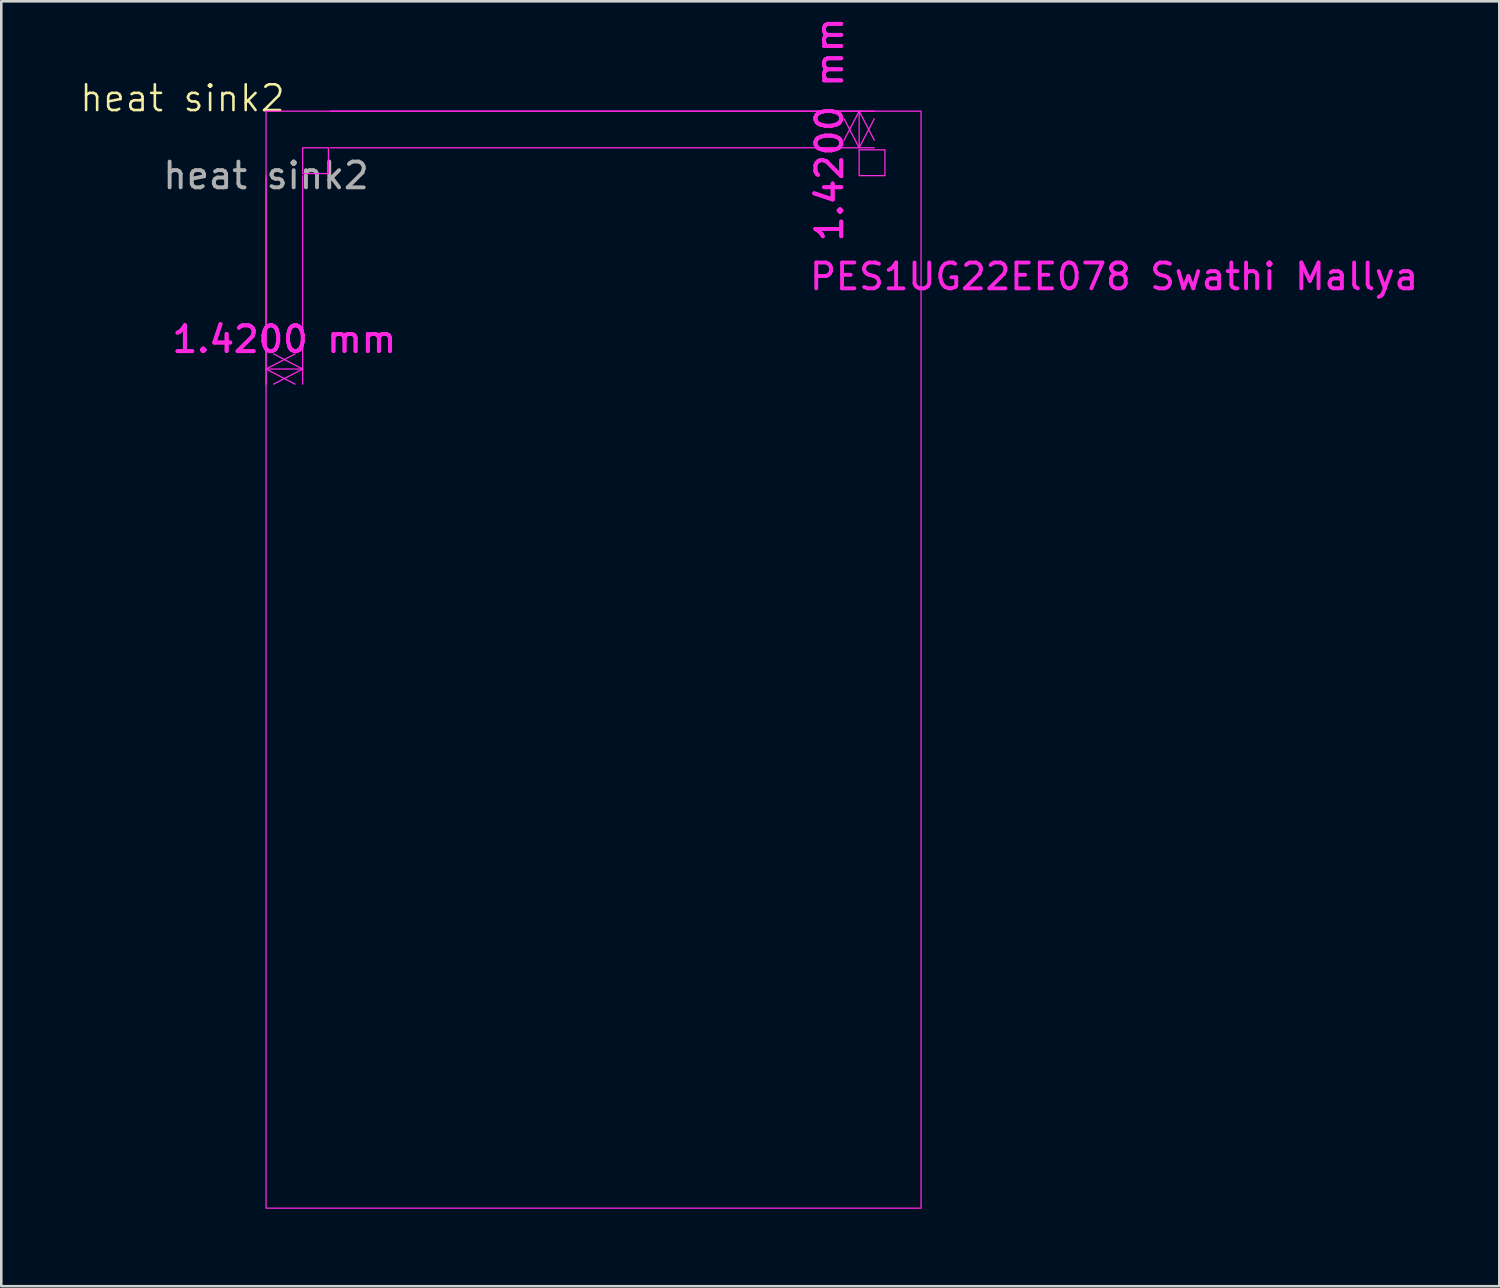
<source format=kicad_pcb>
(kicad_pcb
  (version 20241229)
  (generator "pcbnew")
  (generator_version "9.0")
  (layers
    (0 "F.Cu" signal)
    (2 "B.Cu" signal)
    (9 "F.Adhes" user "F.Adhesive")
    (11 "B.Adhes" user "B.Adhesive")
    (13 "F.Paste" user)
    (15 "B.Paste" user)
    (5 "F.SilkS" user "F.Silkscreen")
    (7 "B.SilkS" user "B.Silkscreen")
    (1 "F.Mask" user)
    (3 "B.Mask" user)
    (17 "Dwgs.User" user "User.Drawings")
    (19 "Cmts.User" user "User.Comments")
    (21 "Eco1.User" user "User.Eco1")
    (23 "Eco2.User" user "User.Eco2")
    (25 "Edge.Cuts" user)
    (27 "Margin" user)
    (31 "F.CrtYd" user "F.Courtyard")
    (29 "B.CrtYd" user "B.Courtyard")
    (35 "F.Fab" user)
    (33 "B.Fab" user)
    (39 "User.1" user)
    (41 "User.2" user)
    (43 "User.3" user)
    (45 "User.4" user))
  (footprint "heat sink2"
    (layer "F.Cu")
    (at 7.266 1.26)
    (property "Reference" "heat sink2" (at -3.24 -0.5 0) (unlocked yes) (layer "F.SilkS") (effects (font (size 1 1) (thickness 0.1))))
    (attr smd)
    (fp_rect (start 0 0) (end 25.4 42.54) (stroke (width 0.05) (type default)) (fill no) (layer "F.CrtYd"))
    (fp_rect (start 1.42 1.42) (end 2.42 2.42) (stroke (width 0.05) (type default)) (fill no) (layer "F.CrtYd"))
    (fp_rect (start 23 1.5) (end 24 2.5) (stroke (width 0.05) (type default)) (fill no) (layer "F.CrtYd"))
    (fp_text user "PES1UG22EE078 Swathi Mallya" (at 21 7 0) (unlocked yes) (layer "F.CrtYd") (effects (font (size 1 1) (thickness 0.15)) (justify left bottom)))
    (fp_text user "${REFERENCE}" (at 0 2.5 0) (unlocked yes) (layer "F.Fab") (effects (font (size 1 1) (thickness 0.15))))
    (dimension (type aligned) (layer "F.CrtYd") (pts (xy 9.266 1.26) (xy 9.266 2.68)) (height -21) (format (prefix "") (suffix "") (units 3) (units_format 1) (precision 4)) (style (thickness 0.05) (arrow_length 1.27) (text_position_mode 0) (arrow_direction outward) (extension_height 0.586) (extension_offset 0.5) (keep_text_aligned yes)) (gr_text "1.4200 mm" (at 29.116 1.97 90) (layer "F.CrtYd") (effects (font (size 1 1) (thickness 0.15)))))
    (dimension (type aligned) (layer "F.CrtYd") (pts (xy 7.266 3.26) (xy 8.686 3.26)) (height 8) (format (prefix "") (suffix "") (units 3) (units_format 1) (precision 4)) (style (thickness 0.05) (arrow_length 1.27) (text_position_mode 0) (arrow_direction outward) (extension_height 0.586) (extension_offset 0.5) (keep_text_aligned yes)) (gr_text "1.4200 mm" (at 7.976 10.111 0) (layer "F.CrtYd") (effects (font (size 1 1) (thickness 0.15))))))
  (gr_rect
    (start -3 -3)
    (end 55.088 46.825)
    (stroke (width 0.1) (type default))
    (fill no)
    (layer "Edge.Cuts")))
</source>
